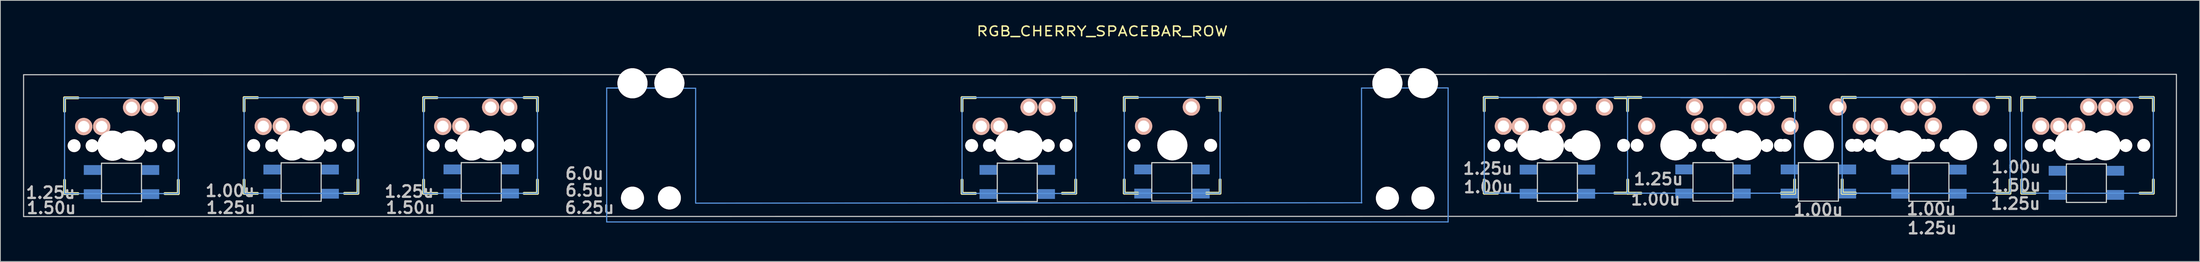
<source format=kicad_pcb>
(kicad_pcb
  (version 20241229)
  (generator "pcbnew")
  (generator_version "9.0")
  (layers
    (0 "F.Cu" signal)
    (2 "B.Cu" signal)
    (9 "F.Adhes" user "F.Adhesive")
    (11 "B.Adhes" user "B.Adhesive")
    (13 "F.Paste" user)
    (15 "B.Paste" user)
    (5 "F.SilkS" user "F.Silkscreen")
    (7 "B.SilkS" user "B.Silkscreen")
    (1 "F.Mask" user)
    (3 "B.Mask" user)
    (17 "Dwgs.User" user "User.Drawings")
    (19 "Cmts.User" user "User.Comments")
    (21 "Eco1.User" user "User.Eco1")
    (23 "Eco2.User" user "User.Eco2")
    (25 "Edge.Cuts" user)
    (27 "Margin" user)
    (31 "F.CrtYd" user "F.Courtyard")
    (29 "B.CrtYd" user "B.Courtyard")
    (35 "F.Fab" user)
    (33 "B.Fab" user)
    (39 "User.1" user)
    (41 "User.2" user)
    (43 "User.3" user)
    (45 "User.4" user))
  (footprint "RGB_CHERRY_SPACEBAR_ROW"
    (layer "F.Cu")
    (at 142.402 16.135)
    (property "Reference" "RGB_CHERRY_SPACEBAR_ROW" (at 0.655 -15.035 0) (layer "F.SilkS") (effects (font (size 1.27 1.524) (thickness 0.203))))
    (attr through_hole)
    (fp_line (start -136.895 -6.21) (end -135.117 -6.21) (stroke (width 0.381) (type solid)) (layer "F.SilkS"))
    (fp_line (start -136.895 -4.432) (end -136.895 -6.21) (stroke (width 0.381) (type solid)) (layer "F.SilkS"))
    (fp_line (start -136.895 6.49) (end -136.895 4.712) (stroke (width 0.381) (type solid)) (layer "F.SilkS"))
    (fp_line (start -135.117 6.49) (end -136.895 6.49) (stroke (width 0.381) (type solid)) (layer "F.SilkS"))
    (fp_line (start -123.593 -6.21) (end -121.815 -6.21) (stroke (width 0.381) (type solid)) (layer "F.SilkS"))
    (fp_line (start -121.815 -6.21) (end -121.815 -4.432) (stroke (width 0.381) (type solid)) (layer "F.SilkS"))
    (fp_line (start -121.815 4.712) (end -121.815 6.49) (stroke (width 0.381) (type solid)) (layer "F.SilkS"))
    (fp_line (start -121.815 6.49) (end -123.593 6.49) (stroke (width 0.381) (type solid)) (layer "F.SilkS"))
    (fp_line (start -113.095 -6.235) (end -111.317 -6.235) (stroke (width 0.381) (type solid)) (layer "F.SilkS"))
    (fp_line (start -113.095 -4.457) (end -113.095 -6.235) (stroke (width 0.381) (type solid)) (layer "F.SilkS"))
    (fp_line (start -113.095 6.465) (end -113.095 4.687) (stroke (width 0.381) (type solid)) (layer "F.SilkS"))
    (fp_line (start -111.317 6.465) (end -113.095 6.465) (stroke (width 0.381) (type solid)) (layer "F.SilkS"))
    (fp_line (start -99.783 -6.24) (end -98.005 -6.24) (stroke (width 0.381) (type solid)) (layer "F.SilkS"))
    (fp_line (start -98.005 -6.24) (end -98.005 -4.462) (stroke (width 0.381) (type solid)) (layer "F.SilkS"))
    (fp_line (start -98.005 4.682) (end -98.005 6.46) (stroke (width 0.381) (type solid)) (layer "F.SilkS"))
    (fp_line (start -98.005 6.46) (end -99.783 6.46) (stroke (width 0.381) (type solid)) (layer "F.SilkS"))
    (fp_line (start -89.295 -6.235) (end -87.517 -6.235) (stroke (width 0.381) (type solid)) (layer "F.SilkS"))
    (fp_line (start -89.295 -4.457) (end -89.295 -6.235) (stroke (width 0.381) (type solid)) (layer "F.SilkS"))
    (fp_line (start -89.295 6.465) (end -89.295 4.687) (stroke (width 0.381) (type solid)) (layer "F.SilkS"))
    (fp_line (start -87.517 6.465) (end -89.295 6.465) (stroke (width 0.381) (type solid)) (layer "F.SilkS"))
    (fp_line (start -75.983 -6.24) (end -74.205 -6.24) (stroke (width 0.381) (type solid)) (layer "F.SilkS"))
    (fp_line (start -74.205 -6.24) (end -74.205 -4.462) (stroke (width 0.381) (type solid)) (layer "F.SilkS"))
    (fp_line (start -74.205 4.682) (end -74.205 6.46) (stroke (width 0.381) (type solid)) (layer "F.SilkS"))
    (fp_line (start -74.205 6.46) (end -75.983 6.46) (stroke (width 0.381) (type solid)) (layer "F.SilkS"))
    (fp_line (start -17.92 -6.235) (end -16.142 -6.235) (stroke (width 0.381) (type solid)) (layer "F.SilkS"))
    (fp_line (start -17.92 -4.457) (end -17.92 -6.235) (stroke (width 0.381) (type solid)) (layer "F.SilkS"))
    (fp_line (start -17.92 6.465) (end -17.92 4.687) (stroke (width 0.381) (type solid)) (layer "F.SilkS"))
    (fp_line (start -16.142 6.465) (end -17.92 6.465) (stroke (width 0.381) (type solid)) (layer "F.SilkS"))
    (fp_line (start -4.628 -6.25) (end -2.85 -6.25) (stroke (width 0.381) (type solid)) (layer "F.SilkS"))
    (fp_line (start -2.85 -6.25) (end -2.85 -4.472) (stroke (width 0.381) (type solid)) (layer "F.SilkS"))
    (fp_line (start -2.85 4.672) (end -2.85 6.45) (stroke (width 0.381) (type solid)) (layer "F.SilkS"))
    (fp_line (start -2.85 6.45) (end -4.628 6.45) (stroke (width 0.381) (type solid)) (layer "F.SilkS"))
    (fp_line (start 3.585 -6.26) (end 5.363 -6.26) (stroke (width 0.381) (type solid)) (layer "F.SilkS"))
    (fp_line (start 3.585 -4.482) (end 3.585 -6.26) (stroke (width 0.381) (type solid)) (layer "F.SilkS"))
    (fp_line (start 3.585 6.44) (end 3.585 4.662) (stroke (width 0.381) (type solid)) (layer "F.SilkS"))
    (fp_line (start 5.363 6.44) (end 3.585 6.44) (stroke (width 0.381) (type solid)) (layer "F.SilkS"))
    (fp_line (start 14.507 -6.26) (end 16.285 -6.26) (stroke (width 0.381) (type solid)) (layer "F.SilkS"))
    (fp_line (start 16.285 -6.26) (end 16.285 -4.482) (stroke (width 0.381) (type solid)) (layer "F.SilkS"))
    (fp_line (start 16.285 4.662) (end 16.285 6.44) (stroke (width 0.381) (type solid)) (layer "F.SilkS"))
    (fp_line (start 16.285 6.44) (end 14.507 6.44) (stroke (width 0.381) (type solid)) (layer "F.SilkS"))
    (fp_line (start 51.305 -6.26) (end 53.083 -6.26) (stroke (width 0.381) (type solid)) (layer "F.SilkS"))
    (fp_line (start 51.305 -4.482) (end 51.305 -6.26) (stroke (width 0.381) (type solid)) (layer "F.SilkS"))
    (fp_line (start 51.305 6.44) (end 51.305 4.662) (stroke (width 0.381) (type solid)) (layer "F.SilkS"))
    (fp_line (start 53.083 6.44) (end 51.305 6.44) (stroke (width 0.381) (type solid)) (layer "F.SilkS"))
    (fp_line (start 68.625 -6.225) (end 70.403 -6.225) (stroke (width 0.381) (type solid)) (layer "F.SilkS"))
    (fp_line (start 70.305 -6.26) (end 72.083 -6.26) (stroke (width 0.381) (type solid)) (layer "F.SilkS"))
    (fp_line (start 70.305 -4.482) (end 70.305 -6.26) (stroke (width 0.381) (type solid)) (layer "F.SilkS"))
    (fp_line (start 70.325 6.45) (end 70.325 4.672) (stroke (width 0.381) (type solid)) (layer "F.SilkS"))
    (fp_line (start 70.375 6.425) (end 68.597 6.425) (stroke (width 0.381) (type solid)) (layer "F.SilkS"))
    (fp_line (start 72.083 6.44) (end 70.305 6.44) (stroke (width 0.381) (type solid)) (layer "F.SilkS"))
    (fp_line (start 90.677 -6.26) (end 92.455 -6.26) (stroke (width 0.381) (type solid)) (layer "F.SilkS"))
    (fp_line (start 90.677 -6.26) (end 92.455 -6.26) (stroke (width 0.381) (type solid)) (layer "F.SilkS"))
    (fp_line (start 92.455 -6.26) (end 92.455 -4.482) (stroke (width 0.381) (type solid)) (layer "F.SilkS"))
    (fp_line (start 92.455 -6.26) (end 92.455 -4.482) (stroke (width 0.381) (type solid)) (layer "F.SilkS"))
    (fp_line (start 92.455 4.662) (end 92.455 6.44) (stroke (width 0.381) (type solid)) (layer "F.SilkS"))
    (fp_line (start 92.455 4.662) (end 92.455 6.44) (stroke (width 0.381) (type solid)) (layer "F.SilkS"))
    (fp_line (start 92.455 6.44) (end 90.677 6.44) (stroke (width 0.381) (type solid)) (layer "F.SilkS"))
    (fp_line (start 92.455 6.44) (end 90.677 6.44) (stroke (width 0.381) (type solid)) (layer "F.SilkS"))
    (fp_line (start 98.755 -6.26) (end 100.533 -6.26) (stroke (width 0.381) (type solid)) (layer "F.SilkS"))
    (fp_line (start 98.755 -6.26) (end 100.533 -6.26) (stroke (width 0.381) (type solid)) (layer "F.SilkS"))
    (fp_line (start 98.755 -4.482) (end 98.755 -6.26) (stroke (width 0.381) (type solid)) (layer "F.SilkS"))
    (fp_line (start 98.755 -4.482) (end 98.755 -6.26) (stroke (width 0.381) (type solid)) (layer "F.SilkS"))
    (fp_line (start 98.755 6.44) (end 98.755 4.662) (stroke (width 0.381) (type solid)) (layer "F.SilkS"))
    (fp_line (start 98.755 6.44) (end 98.755 4.662) (stroke (width 0.381) (type solid)) (layer "F.SilkS"))
    (fp_line (start 100.533 6.44) (end 98.755 6.44) (stroke (width 0.381) (type solid)) (layer "F.SilkS"))
    (fp_line (start 100.533 6.44) (end 98.755 6.44) (stroke (width 0.381) (type solid)) (layer "F.SilkS"))
    (fp_line (start 119.227 -6.26) (end 121.005 -6.26) (stroke (width 0.381) (type solid)) (layer "F.SilkS"))
    (fp_line (start 121.005 -6.26) (end 121.005 -4.482) (stroke (width 0.381) (type solid)) (layer "F.SilkS"))
    (fp_line (start 121.005 4.662) (end 121.005 6.44) (stroke (width 0.381) (type solid)) (layer "F.SilkS"))
    (fp_line (start 121.005 6.44) (end 119.227 6.44) (stroke (width 0.381) (type solid)) (layer "F.SilkS"))
    (fp_line (start 122.555 -6.26) (end 124.333 -6.26) (stroke (width 0.381) (type solid)) (layer "F.SilkS"))
    (fp_line (start 122.555 -4.482) (end 122.555 -6.26) (stroke (width 0.381) (type solid)) (layer "F.SilkS"))
    (fp_line (start 122.555 6.44) (end 122.555 4.662) (stroke (width 0.381) (type solid)) (layer "F.SilkS"))
    (fp_line (start 124.333 6.44) (end 122.555 6.44) (stroke (width 0.381) (type solid)) (layer "F.SilkS"))
    (fp_line (start 138.227 -6.26) (end 140.005 -6.26) (stroke (width 0.381) (type solid)) (layer "F.SilkS"))
    (fp_line (start 140.005 -6.26) (end 140.005 -4.482) (stroke (width 0.381) (type solid)) (layer "F.SilkS"))
    (fp_line (start 140.005 4.662) (end 140.005 6.44) (stroke (width 0.381) (type solid)) (layer "F.SilkS"))
    (fp_line (start 140.005 6.44) (end 138.227 6.44) (stroke (width 0.381) (type solid)) (layer "F.SilkS"))
    (fp_line (start -142.326 9.538) (end -142.326 -9.258) (stroke (width 0.152) (type solid)) (layer "Dwgs.User"))
    (fp_line (start -142.325 -9.275) (end 143.05 -9.325) (stroke (width 0.152) (type solid)) (layer "Dwgs.User"))
    (fp_line (start 143.05 9.5) (end -142.326 9.538) (stroke (width 0.152) (type solid)) (layer "Dwgs.User"))
    (fp_line (start 143.065 -9.308) (end 143.065 9.488) (stroke (width 0.152) (type solid)) (layer "Dwgs.User"))
    (fp_line (start -136.895 6.49) (end -136.895 -6.21) (stroke (width 0.152) (type solid)) (layer "Cmts.User"))
    (fp_line (start -136.875 -6.2) (end -121.815 -6.21) (stroke (width 0.152) (type solid)) (layer "Cmts.User"))
    (fp_line (start -121.815 -6.21) (end -121.815 6.49) (stroke (width 0.152) (type solid)) (layer "Cmts.User"))
    (fp_line (start -121.815 6.49) (end -136.9 6.5) (stroke (width 0.152) (type solid)) (layer "Cmts.User"))
    (fp_line (start -113.1 -6.225) (end -98.005 -6.24) (stroke (width 0.152) (type solid)) (layer "Cmts.User"))
    (fp_line (start -113.095 6.465) (end -113.095 -6.235) (stroke (width 0.152) (type solid)) (layer "Cmts.User"))
    (fp_line (start -98.005 -6.24) (end -98.005 6.46) (stroke (width 0.152) (type solid)) (layer "Cmts.User"))
    (fp_line (start -98.005 6.46) (end -113.075 6.475) (stroke (width 0.152) (type solid)) (layer "Cmts.User"))
    (fp_line (start -89.3 -6.225) (end -74.205 -6.24) (stroke (width 0.152) (type solid)) (layer "Cmts.User"))
    (fp_line (start -89.295 6.465) (end -89.295 -6.235) (stroke (width 0.152) (type solid)) (layer "Cmts.User"))
    (fp_line (start -74.205 -6.24) (end -74.205 6.46) (stroke (width 0.152) (type solid)) (layer "Cmts.User"))
    (fp_line (start -74.205 6.46) (end -89.275 6.475) (stroke (width 0.152) (type solid)) (layer "Cmts.User"))
    (fp_line (start -65.025 -7.525) (end -65.025 10.255) (stroke (width 0.152) (type solid)) (layer "Cmts.User"))
    (fp_line (start -65.025 10.255) (end 46.525 10.25) (stroke (width 0.152) (type solid)) (layer "Cmts.User"))
    (fp_line (start -58.179 -7.505) (end -65.037 -7.505) (stroke (width 0.152) (type solid)) (layer "Cmts.User"))
    (fp_line (start -58.059 -7.52) (end -64.917 -7.52) (stroke (width 0.152) (type solid)) (layer "Cmts.User"))
    (fp_line (start -53.235 -7.479) (end -60.093 -7.479) (stroke (width 0.152) (type solid)) (layer "Cmts.User"))
    (fp_line (start -53.235 7.761) (end -53.235 -7.479) (stroke (width 0.152) (type solid)) (layer "Cmts.User"))
    (fp_line (start -17.925 -6.25) (end -2.85 -6.25) (stroke (width 0.152) (type solid)) (layer "Cmts.User"))
    (fp_line (start -17.92 6.465) (end -17.92 -6.235) (stroke (width 0.152) (type solid)) (layer "Cmts.User"))
    (fp_line (start -2.85 -6.25) (end -2.85 6.45) (stroke (width 0.152) (type solid)) (layer "Cmts.User"))
    (fp_line (start -2.85 6.475) (end -17.92 6.465) (stroke (width 0.152) (type solid)) (layer "Cmts.User"))
    (fp_line (start 3.585 -6.26) (end 16.285 -6.26) (stroke (width 0.152) (type solid)) (layer "Cmts.User"))
    (fp_line (start 3.585 6.44) (end 3.585 -6.26) (stroke (width 0.152) (type solid)) (layer "Cmts.User"))
    (fp_line (start 16.285 -6.26) (end 16.285 6.44) (stroke (width 0.152) (type solid)) (layer "Cmts.User"))
    (fp_line (start 16.285 6.44) (end 3.585 6.44) (stroke (width 0.152) (type solid)) (layer "Cmts.User"))
    (fp_line (start 35.039 -7.505) (end 35.039 7.735) (stroke (width 0.152) (type solid)) (layer "Cmts.User"))
    (fp_line (start 35.081 7.71) (end -53.21 7.761) (stroke (width 0.152) (type solid)) (layer "Cmts.User"))
    (fp_line (start 46.517 10.26) (end 46.517 -7.52) (stroke (width 0.152) (type solid)) (layer "Cmts.User"))
    (fp_line (start 46.525 -7.525) (end 35.039 -7.505) (stroke (width 0.152) (type solid)) (layer "Cmts.User"))
    (fp_line (start 51.305 -6.26) (end 64.005 -6.26) (stroke (width 0.152) (type solid)) (layer "Cmts.User"))
    (fp_line (start 51.305 6.44) (end 51.305 -6.26) (stroke (width 0.152) (type solid)) (layer "Cmts.User"))
    (fp_line (start 53.53 -6.235) (end 66.23 -6.235) (stroke (width 0.152) (type solid)) (layer "Cmts.User"))
    (fp_line (start 58.355 -6.26) (end 71.055 -6.26) (stroke (width 0.152) (type solid)) (layer "Cmts.User"))
    (fp_line (start 58.355 -6.26) (end 71.055 -6.26) (stroke (width 0.152) (type solid)) (layer "Cmts.User"))
    (fp_line (start 64.005 6.44) (end 51.305 6.44) (stroke (width 0.152) (type solid)) (layer "Cmts.User"))
    (fp_line (start 66.23 6.465) (end 53.53 6.465) (stroke (width 0.152) (type solid)) (layer "Cmts.User"))
    (fp_line (start 70.305 -6.26) (end 83.005 -6.26) (stroke (width 0.152) (type solid)) (layer "Cmts.User"))
    (fp_line (start 70.305 6.44) (end 70.305 -6.26) (stroke (width 0.152) (type solid)) (layer "Cmts.User"))
    (fp_line (start 71.055 6.44) (end 58.355 6.44) (stroke (width 0.152) (type solid)) (layer "Cmts.User"))
    (fp_line (start 71.055 6.44) (end 58.355 6.44) (stroke (width 0.152) (type solid)) (layer "Cmts.User"))
    (fp_line (start 77.33 -6.235) (end 90.03 -6.235) (stroke (width 0.152) (type solid)) (layer "Cmts.User"))
    (fp_line (start 79.755 -6.26) (end 92.455 -6.26) (stroke (width 0.152) (type solid)) (layer "Cmts.User"))
    (fp_line (start 79.755 -6.26) (end 92.455 -6.26) (stroke (width 0.152) (type solid)) (layer "Cmts.User"))
    (fp_line (start 83.005 6.44) (end 70.305 6.44) (stroke (width 0.152) (type solid)) (layer "Cmts.User"))
    (fp_line (start 92.455 -6.26) (end 92.455 6.44) (stroke (width 0.152) (type solid)) (layer "Cmts.User"))
    (fp_line (start 92.455 -6.26) (end 92.455 6.44) (stroke (width 0.152) (type solid)) (layer "Cmts.User"))
    (fp_line (start 92.455 6.44) (end 79.755 6.44) (stroke (width 0.152) (type solid)) (layer "Cmts.User"))
    (fp_line (start 92.455 6.44) (end 79.755 6.44) (stroke (width 0.152) (type solid)) (layer "Cmts.User"))
    (fp_line (start 98.755 -6.26) (end 111.455 -6.26) (stroke (width 0.152) (type solid)) (layer "Cmts.User"))
    (fp_line (start 98.755 -6.26) (end 111.455 -6.26) (stroke (width 0.152) (type solid)) (layer "Cmts.User"))
    (fp_line (start 98.755 6.44) (end 98.755 -6.26) (stroke (width 0.152) (type solid)) (layer "Cmts.User"))
    (fp_line (start 98.755 6.44) (end 98.755 -6.26) (stroke (width 0.152) (type solid)) (layer "Cmts.User"))
    (fp_line (start 108.305 -6.26) (end 121.005 -6.26) (stroke (width 0.152) (type solid)) (layer "Cmts.User"))
    (fp_line (start 111.455 6.44) (end 98.755 6.44) (stroke (width 0.152) (type solid)) (layer "Cmts.User"))
    (fp_line (start 111.455 6.44) (end 98.755 6.44) (stroke (width 0.152) (type solid)) (layer "Cmts.User"))
    (fp_line (start 113.83 6.465) (end 101.13 6.465) (stroke (width 0.152) (type solid)) (layer "Cmts.User"))
    (fp_line (start 121.005 -6.26) (end 121.005 6.44) (stroke (width 0.152) (type solid)) (layer "Cmts.User"))
    (fp_line (start 121.005 6.44) (end 108.305 6.44) (stroke (width 0.152) (type solid)) (layer "Cmts.User"))
    (fp_line (start 122.555 -6.26) (end 140 -6.275) (stroke (width 0.152) (type solid)) (layer "Cmts.User"))
    (fp_line (start 122.555 6.44) (end 122.555 -6.26) (stroke (width 0.152) (type solid)) (layer "Cmts.User"))
    (fp_line (start 140 6.45) (end 122.555 6.44) (stroke (width 0.152) (type solid)) (layer "Cmts.User"))
    (fp_line (start 140.005 -6.26) (end 140.005 6.44) (stroke (width 0.152) (type solid)) (layer "Cmts.User"))
    (fp_line (start -137.53 -6.845) (end -123.56 -6.845) (stroke (width 0.152) (type solid)) (layer "Eco2.User"))
    (fp_line (start -137.53 7.125) (end -137.53 -6.845) (stroke (width 0.152) (type solid)) (layer "Eco2.User"))
    (fp_line (start -135.15 -6.845) (end -121.18 -6.845) (stroke (width 0.152) (type solid)) (layer "Eco2.User"))
    (fp_line (start -123.56 7.125) (end -137.53 7.125) (stroke (width 0.152) (type solid)) (layer "Eco2.User"))
    (fp_line (start -121.18 -6.845) (end -121.18 7.125) (stroke (width 0.152) (type solid)) (layer "Eco2.User"))
    (fp_line (start -121.18 7.125) (end -135.15 7.125) (stroke (width 0.152) (type solid)) (layer "Eco2.User"))
    (fp_line (start -113.73 7.1) (end -113.73 -6.87) (stroke (width 0.152) (type solid)) (layer "Eco2.User"))
    (fp_line (start -113.725 -6.875) (end -97.37 -6.875) (stroke (width 0.152) (type solid)) (layer "Eco2.User"))
    (fp_line (start -97.37 -6.875) (end -97.37 7.095) (stroke (width 0.152) (type solid)) (layer "Eco2.User"))
    (fp_line (start -97.37 7.095) (end -113.725 7.1) (stroke (width 0.152) (type solid)) (layer "Eco2.User"))
    (fp_line (start -89.93 7.1) (end -89.93 -6.87) (stroke (width 0.152) (type solid)) (layer "Eco2.User"))
    (fp_line (start -89.925 -6.875) (end -73.57 -6.875) (stroke (width 0.152) (type solid)) (layer "Eco2.User"))
    (fp_line (start -73.57 -6.875) (end -73.57 7.095) (stroke (width 0.152) (type solid)) (layer "Eco2.User"))
    (fp_line (start -73.57 7.095) (end -89.925 7.1) (stroke (width 0.152) (type solid)) (layer "Eco2.User"))
    (fp_line (start -65.799 -2.171) (end -64.935 -2.171) (stroke (width 0.152) (type solid)) (layer "Eco2.User"))
    (fp_line (start -65.799 0.623) (end -65.799 -2.171) (stroke (width 0.152) (type solid)) (layer "Eco2.User"))
    (fp_line (start -64.935 -5.575) (end -53.35 -5.55) (stroke (width 0.152) (type solid)) (layer "Eco2.User"))
    (fp_line (start -64.935 -2.171) (end -64.935 -5.575) (stroke (width 0.152) (type solid)) (layer "Eco2.User"))
    (fp_line (start -64.935 0.623) (end -65.799 0.623) (stroke (width 0.152) (type solid)) (layer "Eco2.User"))
    (fp_line (start -64.935 6.719) (end -64.935 0.623) (stroke (width 0.152) (type solid)) (layer "Eco2.User"))
    (fp_line (start -63.894 6.719) (end -64.935 6.719) (stroke (width 0.152) (type solid)) (layer "Eco2.User"))
    (fp_line (start -63.894 7.887) (end -63.894 6.719) (stroke (width 0.152) (type solid)) (layer "Eco2.User"))
    (fp_line (start -54.378 6.745) (end -54.378 7.913) (stroke (width 0.152) (type solid)) (layer "Eco2.User"))
    (fp_line (start -54.375 7.875) (end -63.9 7.875) (stroke (width 0.152) (type solid)) (layer "Eco2.User"))
    (fp_line (start -53.35 -2.15) (end -18.55 -2.175) (stroke (width 0.152) (type solid)) (layer "Eco2.User"))
    (fp_line (start -53.337 -5.549) (end -53.337 -2.145) (stroke (width 0.152) (type solid)) (layer "Eco2.User"))
    (fp_line (start -53.337 2.427) (end -53.337 6.745) (stroke (width 0.152) (type solid)) (layer "Eco2.User"))
    (fp_line (start -53.337 6.745) (end -54.378 6.745) (stroke (width 0.152) (type solid)) (layer "Eco2.User"))
    (fp_line (start -18.555 -6.87) (end -2.225 -6.875) (stroke (width 0.152) (type solid)) (layer "Eco2.User"))
    (fp_line (start -18.555 -2.171) (end -18.555 -6.87) (stroke (width 0.152) (type solid)) (layer "Eco2.User"))
    (fp_line (start -16.185 7.085) (end -16.185 2.386) (stroke (width 0.152) (type solid)) (layer "Eco2.User"))
    (fp_line (start -16.175 2.4) (end -53.362 2.376) (stroke (width 0.152) (type solid)) (layer "Eco2.User"))
    (fp_line (start -2.225 7.1) (end -16.2 7.125) (stroke (width 0.152) (type solid)) (layer "Eco2.User"))
    (fp_line (start -2.215 -6.885) (end -2.215 -2.186) (stroke (width 0.152) (type solid)) (layer "Eco2.User"))
    (fp_line (start -2.215 2.386) (end -2.215 7.085) (stroke (width 0.152) (type solid)) (layer "Eco2.User"))
    (fp_line (start -2.2 -2.2) (end 2.95 -2.2) (stroke (width 0.152) (type solid)) (layer "Eco2.User"))
    (fp_line (start 2.95 -6.895) (end 16.92 -6.895) (stroke (width 0.152) (type solid)) (layer "Eco2.User"))
    (fp_line (start 2.95 -2.196) (end 2.95 -6.895) (stroke (width 0.152) (type solid)) (layer "Eco2.User"))
    (fp_line (start 2.95 2.375) (end -2.215 2.386) (stroke (width 0.152) (type solid)) (layer "Eco2.User"))
    (fp_line (start 2.95 7.075) (end 2.95 2.376) (stroke (width 0.152) (type solid)) (layer "Eco2.User"))
    (fp_line (start 16.92 -6.895) (end 16.92 -2.196) (stroke (width 0.152) (type solid)) (layer "Eco2.User"))
    (fp_line (start 16.92 2.376) (end 16.92 7.075) (stroke (width 0.152) (type solid)) (layer "Eco2.User"))
    (fp_line (start 16.92 7.075) (end 2.95 7.075) (stroke (width 0.152) (type solid)) (layer "Eco2.User"))
    (fp_line (start 16.935 -2.21) (end 35.233 -2.196) (stroke (width 0.152) (type solid)) (layer "Eco2.User"))
    (fp_line (start 35.141 -2.171) (end 35.141 -5.575) (stroke (width 0.152) (type solid)) (layer "Eco2.User"))
    (fp_line (start 35.141 6.719) (end 35.141 2.401) (stroke (width 0.152) (type solid)) (layer "Eco2.User"))
    (fp_line (start 35.182 2.376) (end 16.935 2.39) (stroke (width 0.152) (type solid)) (layer "Eco2.User"))
    (fp_line (start 35.208 -2.298) (end 35.208 -5.701) (stroke (width 0.152) (type solid)) (layer "Eco2.User"))
    (fp_line (start 35.22 -5.7) (end 46.425 -5.7) (stroke (width 0.152) (type solid)) (layer "Eco2.User"))
    (fp_line (start 36.182 6.719) (end 35.141 6.719) (stroke (width 0.152) (type solid)) (layer "Eco2.User"))
    (fp_line (start 36.182 7.887) (end 36.182 6.719) (stroke (width 0.152) (type solid)) (layer "Eco2.User"))
    (fp_line (start 40.754 7.887) (end 36.182 7.887) (stroke (width 0.152) (type solid)) (layer "Eco2.User"))
    (fp_line (start 45.374 6.704) (end 45.374 7.872) (stroke (width 0.152) (type solid)) (layer "Eco2.User"))
    (fp_line (start 45.374 7.872) (end 40.802 7.872) (stroke (width 0.152) (type solid)) (layer "Eco2.User"))
    (fp_line (start 46.415 -5.59) (end 46.415 -2.186) (stroke (width 0.152) (type solid)) (layer "Eco2.User"))
    (fp_line (start 46.415 -2.186) (end 47.279 -2.186) (stroke (width 0.152) (type solid)) (layer "Eco2.User"))
    (fp_line (start 46.415 0.608) (end 46.415 6.704) (stroke (width 0.152) (type solid)) (layer "Eco2.User"))
    (fp_line (start 46.415 6.704) (end 45.374 6.704) (stroke (width 0.152) (type solid)) (layer "Eco2.User"))
    (fp_line (start 47.279 -2.186) (end 47.279 0.608) (stroke (width 0.152) (type solid)) (layer "Eco2.User"))
    (fp_line (start 47.279 0.608) (end 46.415 0.608) (stroke (width 0.152) (type solid)) (layer "Eco2.User"))
    (fp_line (start 50.67 7.075) (end 50.67 -6.895) (stroke (width 0.152) (type solid)) (layer "Eco2.User"))
    (fp_line (start 50.675 -6.9) (end 140.625 -6.9) (stroke (width 0.152) (type solid)) (layer "Eco2.User"))
    (fp_line (start 140.625 7.075) (end 50.675 7.075) (stroke (width 0.152) (type solid)) (layer "Eco2.User"))
    (fp_line (start 140.64 -6.895) (end 140.64 7.075) (stroke (width 0.152) (type solid)) (layer "Eco2.User"))
    (fp_line (start -131.995 2.465) (end -131.995 7.565) (stroke (width 0.15) (type solid)) (layer "Edge.Cuts"))
    (fp_line (start -131.995 2.465) (end -126.695 2.465) (stroke (width 0.15) (type solid)) (layer "Edge.Cuts"))
    (fp_line (start -126.695 2.465) (end -126.695 7.565) (stroke (width 0.15) (type solid)) (layer "Edge.Cuts"))
    (fp_line (start -126.695 7.565) (end -131.995 7.565) (stroke (width 0.15) (type solid)) (layer "Edge.Cuts"))
    (fp_line (start -108.18 2.41) (end -108.18 7.51) (stroke (width 0.15) (type solid)) (layer "Edge.Cuts"))
    (fp_line (start -108.18 2.41) (end -102.88 2.41) (stroke (width 0.15) (type solid)) (layer "Edge.Cuts"))
    (fp_line (start -102.88 2.41) (end -102.88 7.51) (stroke (width 0.15) (type solid)) (layer "Edge.Cuts"))
    (fp_line (start -102.88 7.51) (end -108.18 7.51) (stroke (width 0.15) (type solid)) (layer "Edge.Cuts"))
    (fp_line (start -84.305 2.385) (end -84.305 7.485) (stroke (width 0.15) (type solid)) (layer "Edge.Cuts"))
    (fp_line (start -84.305 2.385) (end -79.005 2.385) (stroke (width 0.15) (type solid)) (layer "Edge.Cuts"))
    (fp_line (start -79.005 2.385) (end -79.005 7.485) (stroke (width 0.15) (type solid)) (layer "Edge.Cuts"))
    (fp_line (start -79.005 7.485) (end -84.305 7.485) (stroke (width 0.15) (type solid)) (layer "Edge.Cuts"))
    (fp_line (start -13.25 2.45) (end -13.25 7.55) (stroke (width 0.15) (type solid)) (layer "Edge.Cuts"))
    (fp_line (start -13.25 2.45) (end -7.95 2.45) (stroke (width 0.15) (type solid)) (layer "Edge.Cuts"))
    (fp_line (start -7.95 2.45) (end -7.95 7.55) (stroke (width 0.15) (type solid)) (layer "Edge.Cuts"))
    (fp_line (start -7.95 7.55) (end -13.25 7.55) (stroke (width 0.15) (type solid)) (layer "Edge.Cuts"))
    (fp_line (start 7.235 2.39) (end 7.235 7.49) (stroke (width 0.15) (type solid)) (layer "Edge.Cuts"))
    (fp_line (start 7.235 2.39) (end 12.535 2.39) (stroke (width 0.15) (type solid)) (layer "Edge.Cuts"))
    (fp_line (start 12.535 2.39) (end 12.535 7.49) (stroke (width 0.15) (type solid)) (layer "Edge.Cuts"))
    (fp_line (start 12.535 7.49) (end 7.235 7.49) (stroke (width 0.15) (type solid)) (layer "Edge.Cuts"))
    (fp_line (start 58.355 2.415) (end 58.355 7.515) (stroke (width 0.15) (type solid)) (layer "Edge.Cuts"))
    (fp_line (start 58.355 2.415) (end 63.655 2.415) (stroke (width 0.15) (type solid)) (layer "Edge.Cuts"))
    (fp_line (start 63.655 2.415) (end 63.655 7.515) (stroke (width 0.15) (type solid)) (layer "Edge.Cuts"))
    (fp_line (start 63.655 7.515) (end 58.355 7.515) (stroke (width 0.15) (type solid)) (layer "Edge.Cuts"))
    (fp_line (start 78.98 2.39) (end 78.98 7.49) (stroke (width 0.15) (type solid)) (layer "Edge.Cuts"))
    (fp_line (start 78.98 2.39) (end 84.28 2.39) (stroke (width 0.15) (type solid)) (layer "Edge.Cuts"))
    (fp_line (start 84.28 2.39) (end 84.28 7.49) (stroke (width 0.15) (type solid)) (layer "Edge.Cuts"))
    (fp_line (start 84.28 7.49) (end 78.98 7.49) (stroke (width 0.15) (type solid)) (layer "Edge.Cuts"))
    (fp_line (start 92.955 2.39) (end 92.955 7.49) (stroke (width 0.15) (type solid)) (layer "Edge.Cuts"))
    (fp_line (start 92.955 2.39) (end 98.255 2.39) (stroke (width 0.15) (type solid)) (layer "Edge.Cuts"))
    (fp_line (start 98.255 2.39) (end 98.255 7.49) (stroke (width 0.15) (type solid)) (layer "Edge.Cuts"))
    (fp_line (start 98.255 7.49) (end 92.955 7.49) (stroke (width 0.15) (type solid)) (layer "Edge.Cuts"))
    (fp_line (start 107.605 2.415) (end 107.605 7.515) (stroke (width 0.15) (type solid)) (layer "Edge.Cuts"))
    (fp_line (start 107.605 2.415) (end 112.905 2.415) (stroke (width 0.15) (type solid)) (layer "Edge.Cuts"))
    (fp_line (start 112.905 2.415) (end 112.905 7.515) (stroke (width 0.15) (type solid)) (layer "Edge.Cuts"))
    (fp_line (start 112.905 7.515) (end 107.605 7.515) (stroke (width 0.15) (type solid)) (layer "Edge.Cuts"))
    (fp_line (start 128.48 2.565) (end 128.48 7.665) (stroke (width 0.15) (type solid)) (layer "Edge.Cuts"))
    (fp_line (start 128.48 2.565) (end 133.78 2.565) (stroke (width 0.15) (type solid)) (layer "Edge.Cuts"))
    (fp_line (start 133.78 2.565) (end 133.78 7.665) (stroke (width 0.15) (type solid)) (layer "Edge.Cuts"))
    (fp_line (start 133.78 7.665) (end 128.48 7.665) (stroke (width 0.15) (type solid)) (layer "Edge.Cuts"))
    (fp_text user "1.50u" (at -91.032 8.365 0) (layer "Dwgs.User") (effects (font (size 1.524 1.524) (thickness 0.305))))
    (fp_text user "1.25u" (at 74.4 4.575 0) (layer "Dwgs.User") (effects (font (size 1.524 1.524) (thickness 0.305))))
    (fp_text user "1.25u" (at 110.675 11.075 0) (layer "Dwgs.User") (effects (font (size 1.524 1.524) (thickness 0.305))))
    (fp_text user "6.5u" (at -67.975 6.075 0) (layer "Dwgs.User") (effects (font (size 1.524 1.524) (thickness 0.305))))
    (fp_text user "1.25u" (at -91.2 6.225 0) (layer "Dwgs.User") (effects (font (size 1.524 1.524) (thickness 0.305))))
    (fp_text user "1.00u" (at 121.825 2.975 0) (layer "Dwgs.User") (effects (font (size 1.524 1.524) (thickness 0.305))))
    (fp_text user "1.00u" (at -114.95 6.125 0) (layer "Dwgs.User") (effects (font (size 1.524 1.524) (thickness 0.305))))
    (fp_text user "1.00u" (at 51.85 5.625 0) (layer "Dwgs.User") (effects (font (size 1.524 1.524) (thickness 0.305))))
    (fp_text user "1.50u" (at 121.825 5.4 0) (layer "Dwgs.User") (effects (font (size 1.524 1.524) (thickness 0.305))))
    (fp_text user "1.25u" (at 51.775 3.175 0) (layer "Dwgs.User") (effects (font (size 1.524 1.524) (thickness 0.305))))
    (fp_text user "6.0u" (at -67.975 3.85 0) (layer "Dwgs.User") (effects (font (size 1.524 1.524) (thickness 0.305))))
    (fp_text user "1.25u" (at 121.75 7.825 0) (layer "Dwgs.User") (effects (font (size 1.524 1.524) (thickness 0.305))))
    (fp_text user "1.00u" (at 95.6 8.65 0) (layer "Dwgs.User") (effects (font (size 1.524 1.524) (thickness 0.305))))
    (fp_text user "6.25u" (at -67.293 8.37 0) (layer "Dwgs.User") (effects (font (size 1.524 1.524) (thickness 0.305))))
    (fp_text user "1.50u" (at -138.643 8.395 0) (layer "Dwgs.User") (effects (font (size 1.524 1.524) (thickness 0.305))))
    (fp_text user "1.25u" (at -114.843 8.37 0) (layer "Dwgs.User") (effects (font (size 1.524 1.524) (thickness 0.305))))
    (fp_text user "1.25u" (at -138.75 6.375 0) (layer "Dwgs.User") (effects (font (size 1.524 1.524) (thickness 0.305))))
    (fp_text user "1.00u" (at 74.025 7.25 0) (layer "Dwgs.User") (effects (font (size 1.524 1.524) (thickness 0.305))))
    (fp_text user "1.00u" (at 110.575 8.55 0) (layer "Dwgs.User") (effects (font (size 1.524 1.524) (thickness 0.305))))
    (pad "" np_thru_hole circle (at -135.625 0.14) (size 1.702 1.702) (drill 1.702) (layers "*.Cu" "*.SilkS" "*.Mask"))
    (pad "" np_thru_hole circle (at -133.245 0.14) (size 1.702 1.702) (drill 1.702) (layers "*.Cu" "*.SilkS" "*.Mask"))
    (pad "" np_thru_hole circle (at -130.545 0.14) (size 3.988 3.988) (drill 3.988) (layers "*.Cu" "*.SilkS" "*.Mask"))
    (pad "" np_thru_hole circle (at -128.165 0.14) (size 3.988 3.988) (drill 3.988) (layers "*.Cu" "*.SilkS" "*.Mask"))
    (pad "" np_thru_hole circle (at -125.465 0.14) (size 1.702 1.702) (drill 1.702) (layers "*.Cu" "*.SilkS" "*.Mask"))
    (pad "" np_thru_hole circle (at -123.085 0.14) (size 1.702 1.702) (drill 1.702) (layers "*.Cu" "*.SilkS" "*.Mask"))
    (pad "" np_thru_hole circle (at -111.825 0.115) (size 1.702 1.702) (drill 1.702) (layers "*.Cu" "*.SilkS" "*.Mask"))
    (pad "" np_thru_hole circle (at -109.435 0.11) (size 1.702 1.702) (drill 1.702) (layers "*.Cu" "*.SilkS" "*.Mask"))
    (pad "" np_thru_hole circle (at -106.745 0.115) (size 3.988 3.988) (drill 3.988) (layers "*.Cu" "*.SilkS" "*.Mask"))
    (pad "" np_thru_hole circle (at -104.355 0.11) (size 3.988 3.988) (drill 3.988) (layers "*.Cu" "*.SilkS" "*.Mask"))
    (pad "" np_thru_hole circle (at -101.665 0.115) (size 1.702 1.702) (drill 1.702) (layers "*.Cu" "*.SilkS" "*.Mask"))
    (pad "" np_thru_hole circle (at -99.275 0.11) (size 1.702 1.702) (drill 1.702) (layers "*.Cu" "*.SilkS" "*.Mask"))
    (pad "" np_thru_hole circle (at -88.025 0.115) (size 1.702 1.702) (drill 1.702) (layers "*.Cu" "*.SilkS" "*.Mask"))
    (pad "" np_thru_hole circle (at -85.635 0.11) (size 1.702 1.702) (drill 1.702) (layers "*.Cu" "*.SilkS" "*.Mask"))
    (pad "" np_thru_hole circle (at -82.945 0.115) (size 3.988 3.988) (drill 3.988) (layers "*.Cu" "*.SilkS" "*.Mask"))
    (pad "" np_thru_hole circle (at -80.555 0.11) (size 3.988 3.988) (drill 3.988) (layers "*.Cu" "*.SilkS" "*.Mask"))
    (pad "" np_thru_hole circle (at -77.865 0.115) (size 1.702 1.702) (drill 1.702) (layers "*.Cu" "*.SilkS" "*.Mask"))
    (pad "" np_thru_hole circle (at -75.475 0.11) (size 1.702 1.702) (drill 1.702) (layers "*.Cu" "*.SilkS" "*.Mask"))
    (pad "" np_thru_hole circle (at -61.608 -8.14) (size 3.988 3.988) (drill 3.988) (layers "*.Cu" "*.SilkS" "*.Mask"))
    (pad "" np_thru_hole circle (at -61.608 7.1) (size 3.048 3.048) (drill 3.048) (layers "*.Cu" "*.SilkS" "*.Mask"))
    (pad "" np_thru_hole circle (at -56.715 -8.165) (size 3.988 3.988) (drill 3.988) (layers "*.Cu" "*.SilkS" "*.Mask"))
    (pad "" np_thru_hole circle (at -56.715 7.07) (size 3.048 3.048) (drill 3.048) (layers "*.Cu" "*.SilkS" "*.Mask"))
    (pad "" np_thru_hole circle (at -16.65 0.115) (size 1.702 1.702) (drill 1.702) (layers "*.Cu" "*.SilkS" "*.Mask"))
    (pad "" np_thru_hole circle (at -14.28 0.1) (size 1.702 1.702) (drill 1.702) (layers "*.Cu" "*.SilkS" "*.Mask"))
    (pad "" np_thru_hole circle (at -11.57 0.115) (size 3.988 3.988) (drill 3.988) (layers "*.Cu" "*.SilkS" "*.Mask"))
    (pad "" np_thru_hole circle (at -9.2 0.1) (size 3.988 3.988) (drill 3.988) (layers "*.Cu" "*.SilkS" "*.Mask"))
    (pad "" np_thru_hole circle (at -6.49 0.115) (size 1.702 1.702) (drill 1.702) (layers "*.Cu" "*.SilkS" "*.Mask"))
    (pad "" np_thru_hole circle (at -4.12 0.1) (size 1.702 1.702) (drill 1.702) (layers "*.Cu" "*.SilkS" "*.Mask"))
    (pad "" np_thru_hole circle (at 4.88 0.09) (size 1.702 1.702) (drill 1.702) (layers "*.Cu" "*.SilkS" "*.Mask"))
    (pad "" np_thru_hole circle (at 9.96 0.09) (size 3.988 3.988) (drill 3.988) (layers "*.Cu" "*.SilkS" "*.Mask"))
    (pad "" np_thru_hole circle (at 15.04 0.09) (size 1.702 1.702) (drill 1.702) (layers "*.Cu" "*.SilkS" "*.Mask"))
    (pad "" np_thru_hole circle (at 38.468 -8.14) (size 3.988 3.988) (drill 3.988) (layers "*.Cu" "*.SilkS" "*.Mask"))
    (pad "" np_thru_hole circle (at 38.468 7.1) (size 3.048 3.048) (drill 3.048) (layers "*.Cu" "*.SilkS" "*.Mask"))
    (pad "" np_thru_hole circle (at 43.18 -8.155) (size 3.988 3.988) (drill 3.988) (layers "*.Cu" "*.SilkS" "*.Mask"))
    (pad "" np_thru_hole circle (at 43.18 7.085) (size 3.048 3.048) (drill 3.048) (layers "*.Cu" "*.SilkS" "*.Mask"))
    (pad "" np_thru_hole circle (at 52.575 0.09) (size 1.702 1.702) (drill 1.702) (layers "*.Cu" "*.SilkS" "*.Mask"))
    (pad "" np_thru_hole circle (at 54.8 0.115) (size 1.702 1.702) (drill 1.702) (layers "*.Cu" "*.SilkS" "*.Mask"))
    (pad "" np_thru_hole circle (at 57.655 0.09) (size 3.988 3.988) (drill 3.988) (layers "*.Cu" "*.SilkS" "*.Mask"))
    (pad "" np_thru_hole circle (at 59.88 0.115) (size 3.988 3.988) (drill 3.988) (layers "*.Cu" "*.SilkS" "*.Mask"))
    (pad "" np_thru_hole circle (at 62.735 0.09) (size 1.702 1.702) (drill 1.702) (layers "*.Cu" "*.SilkS" "*.Mask"))
    (pad "" np_thru_hole circle (at 64.705 0.09) (size 3.988 3.988) (drill 3.988) (layers "*.Cu" "*.SilkS" "*.Mask"))
    (pad "" np_thru_hole circle (at 69.785 0.09) (size 1.702 1.702) (drill 1.702) (layers "*.Cu" "*.SilkS" "*.Mask"))
    (pad "" np_thru_hole circle (at 71.575 0.09) (size 1.702 1.702) (drill 1.702) (layers "*.Cu" "*.SilkS" "*.Mask"))
    (pad "" np_thru_hole circle (at 76.655 0.09) (size 3.988 3.988) (drill 3.988) (layers "*.Cu" "*.SilkS" "*.Mask"))
    (pad "" np_thru_hole circle (at 78.6 0.115) (size 1.702 1.702) (drill 1.702) (layers "*.Cu" "*.SilkS" "*.Mask"))
    (pad "" np_thru_hole circle (at 81.025 0.09) (size 1.702 1.702) (drill 1.702) (layers "*.Cu" "*.SilkS" "*.Mask"))
    (pad "" np_thru_hole circle (at 81.735 0.09) (size 1.702 1.702) (drill 1.702) (layers "*.Cu" "*.SilkS" "*.Mask"))
    (pad "" np_thru_hole circle (at 83.68 0.115) (size 3.988 3.988) (drill 3.988) (layers "*.Cu" "*.SilkS" "*.Mask"))
    (pad "" np_thru_hole circle (at 86.105 0.09) (size 3.988 3.988) (drill 3.988) (layers "*.Cu" "*.SilkS" "*.Mask"))
    (pad "" np_thru_hole circle (at 88.76 0.115) (size 1.702 1.702) (drill 1.702) (layers "*.Cu" "*.SilkS" "*.Mask"))
    (pad "" np_thru_hole circle (at 90.575 0.09) (size 1.702 1.702) (drill 1.702) (layers "*.Cu" "*.SilkS" "*.Mask"))
    (pad "" np_thru_hole circle (at 91.185 0.09) (size 1.702 1.702) (drill 1.702) (layers "*.Cu" "*.SilkS" "*.Mask"))
    (pad "" np_thru_hole circle (at 95.655 0.09) (size 3.988 3.988) (drill 3.988) (layers "*.Cu" "*.SilkS" "*.Mask"))
    (pad "" np_thru_hole circle (at 100.025 0.09) (size 1.702 1.702) (drill 1.702) (layers "*.Cu" "*.SilkS" "*.Mask"))
    (pad "" np_thru_hole circle (at 100.735 0.09) (size 1.702 1.702) (drill 1.702) (layers "*.Cu" "*.SilkS" "*.Mask"))
    (pad "" np_thru_hole circle (at 102.4 0.115) (size 1.702 1.702) (drill 1.702) (layers "*.Cu" "*.SilkS" "*.Mask"))
    (pad "" np_thru_hole circle (at 105.105 0.09) (size 3.988 3.988) (drill 3.988) (layers "*.Cu" "*.SilkS" "*.Mask"))
    (pad "" np_thru_hole circle (at 107.48 0.115) (size 3.988 3.988) (drill 3.988) (layers "*.Cu" "*.SilkS" "*.Mask"))
    (pad "" np_thru_hole circle (at 109.575 0.09) (size 1.702 1.702) (drill 1.702) (layers "*.Cu" "*.SilkS" "*.Mask"))
    (pad "" np_thru_hole circle (at 110.185 0.09) (size 1.702 1.702) (drill 1.702) (layers "*.Cu" "*.SilkS" "*.Mask"))
    (pad "" np_thru_hole circle (at 112.56 0.115) (size 1.702 1.702) (drill 1.702) (layers "*.Cu" "*.SilkS" "*.Mask"))
    (pad "" np_thru_hole circle (at 114.655 0.09) (size 3.988 3.988) (drill 3.988) (layers "*.Cu" "*.SilkS" "*.Mask"))
    (pad "" np_thru_hole circle (at 119.735 0.09) (size 1.702 1.702) (drill 1.702) (layers "*.Cu" "*.SilkS" "*.Mask"))
    (pad "" np_thru_hole circle (at 123.825 0.09) (size 1.702 1.702) (drill 1.702) (layers "*.Cu" "*.SilkS" "*.Mask"))
    (pad "" np_thru_hole circle (at 126.2 0.115) (size 1.702 1.702) (drill 1.702) (layers "*.Cu" "*.SilkS" "*.Mask"))
    (pad "" np_thru_hole circle (at 128.905 0.09) (size 3.988 3.988) (drill 3.988) (layers "*.Cu" "*.SilkS" "*.Mask"))
    (pad "" np_thru_hole circle (at 131.28 0.115) (size 3.988 3.988) (drill 3.988) (layers "*.Cu" "*.SilkS" "*.Mask"))
    (pad "" np_thru_hole circle (at 133.655 0.09) (size 3.988 3.988) (drill 3.988) (layers "*.Cu" "*.SilkS" "*.Mask"))
    (pad "" np_thru_hole circle (at 136.36 0.115) (size 1.702 1.702) (drill 1.702) (layers "*.Cu" "*.SilkS" "*.Mask"))
    (pad "" np_thru_hole circle (at 138.735 0.09) (size 1.702 1.702) (drill 1.702) (layers "*.Cu" "*.SilkS" "*.Mask"))
    (pad "1" thru_hole circle (at -128.005 -4.94) (size 2.286 2.286) (drill 1.499) (layers "*.Cu" "*.SilkS" "*.Mask"))
    (pad "1" thru_hole circle (at -125.625 -4.94) (size 2.286 2.286) (drill 1.499) (layers "*.Cu" "*.SilkS" "*.Mask"))
    (pad "2" thru_hole circle (at -134.355 -2.4) (size 2.286 2.286) (drill 1.499) (layers "*.Cu" "*.SilkS" "*.Mask"))
    (pad "2" thru_hole circle (at -131.975 -2.4) (size 2.286 2.286) (drill 1.499) (layers "*.Cu" "*.SilkS" "*.Mask"))
    (pad "3" smd rect (at -132.095 3.365) (size 2.3 1.3) (drill (offset -1.1 0)) (layers "B.Cu" "B.Mask" "B.Paste"))
    (pad "4" smd rect (at -132.095 6.565) (size 2.3 1.3) (drill (offset -1.1 0)) (layers "B.Cu" "B.Mask" "B.Paste"))
    (pad "5" smd rect (at -126.595 6.565) (size 2.3 1.3) (drill (offset 1.1 0)) (layers "B.Cu" "B.Mask" "B.Paste"))
    (pad "6" smd rect (at -126.595 3.365) (size 2.3 1.3) (drill (offset 1.1 0)) (layers "B.Cu" "B.Mask" "B.Paste"))
    (pad "7" thru_hole circle (at -104.205 -4.965) (size 2.286 2.286) (drill 1.499) (layers "*.Cu" "*.SilkS" "*.Mask"))
    (pad "7" thru_hole circle (at -101.815 -4.97) (size 2.286 2.286) (drill 1.499) (layers "*.Cu" "*.SilkS" "*.Mask"))
    (pad "8" thru_hole circle (at -110.555 -2.425) (size 2.286 2.286) (drill 1.499) (layers "*.Cu" "*.SilkS" "*.Mask"))
    (pad "8" thru_hole circle (at -108.165 -2.43) (size 2.286 2.286) (drill 1.499) (layers "*.Cu" "*.SilkS" "*.Mask"))
    (pad "9" smd rect (at -108.28 3.31) (size 2.3 1.3) (drill (offset -1.1 0)) (layers "B.Cu" "B.Mask" "B.Paste"))
    (pad "10" smd rect (at -108.28 6.51) (size 2.3 1.3) (drill (offset -1.1 0)) (layers "B.Cu" "B.Mask" "B.Paste"))
    (pad "11" smd rect (at -102.78 6.51) (size 2.3 1.3) (drill (offset 1.1 0)) (layers "B.Cu" "B.Mask" "B.Paste"))
    (pad "12" smd rect (at -102.78 3.31) (size 2.3 1.3) (drill (offset 1.1 0)) (layers "B.Cu" "B.Mask" "B.Paste"))
    (pad "13" thru_hole circle (at -80.405 -4.965) (size 2.286 2.286) (drill 1.499) (layers "*.Cu" "*.SilkS" "*.Mask"))
    (pad "13" thru_hole circle (at -78.015 -4.97) (size 2.286 2.286) (drill 1.499) (layers "*.Cu" "*.SilkS" "*.Mask"))
    (pad "14" thru_hole circle (at -86.755 -2.425) (size 2.286 2.286) (drill 1.499) (layers "*.Cu" "*.SilkS" "*.Mask"))
    (pad "14" thru_hole circle (at -84.365 -2.43) (size 2.286 2.286) (drill 1.499) (layers "*.Cu" "*.SilkS" "*.Mask"))
    (pad "15" smd rect (at -84.405 3.285) (size 2.3 1.3) (drill (offset -1.1 0)) (layers "B.Cu" "B.Mask" "B.Paste"))
    (pad "16" smd rect (at -84.405 6.485) (size 2.3 1.3) (drill (offset -1.1 0)) (layers "B.Cu" "B.Mask" "B.Paste"))
    (pad "17" smd rect (at -78.905 6.485) (size 2.3 1.3) (drill (offset 1.1 0)) (layers "B.Cu" "B.Mask" "B.Paste"))
    (pad "18" smd rect (at -78.905 3.285) (size 2.3 1.3) (drill (offset 1.1 0)) (layers "B.Cu" "B.Mask" "B.Paste"))
    (pad "19" thru_hole circle (at -9.03 -4.965) (size 2.286 2.286) (drill 1.499) (layers "*.Cu" "*.SilkS" "*.Mask"))
    (pad "19" thru_hole circle (at -6.66 -4.98) (size 2.286 2.286) (drill 1.499) (layers "*.Cu" "*.SilkS" "*.Mask"))
    (pad "19" thru_hole circle (at 12.48 -4.99) (size 2.286 2.286) (drill 1.499) (layers "*.Cu" "*.SilkS" "*.Mask"))
    (pad "20" thru_hole circle (at -15.38 -2.425) (size 2.286 2.286) (drill 1.499) (layers "*.Cu" "*.SilkS" "*.Mask"))
    (pad "20" thru_hole circle (at -13.01 -2.44) (size 2.286 2.286) (drill 1.499) (layers "*.Cu" "*.SilkS" "*.Mask"))
    (pad "20" thru_hole circle (at 6.15 -2.45) (size 2.286 2.286) (drill 1.499) (layers "*.Cu" "*.SilkS" "*.Mask"))
    (pad "21" smd rect (at -13.35 3.35) (size 2.3 1.3) (drill (offset -1.1 0)) (layers "B.Cu" "B.Mask" "B.Paste"))
    (pad "22" smd rect (at -13.35 6.55) (size 2.3 1.3) (drill (offset -1.1 0)) (layers "B.Cu" "B.Mask" "B.Paste"))
    (pad "23" smd rect (at -7.85 6.55) (size 2.3 1.3) (drill (offset 1.1 0)) (layers "B.Cu" "B.Mask" "B.Paste"))
    (pad "24" smd rect (at -7.85 3.35) (size 2.3 1.3) (drill (offset 1.1 0)) (layers "B.Cu" "B.Mask" "B.Paste"))
    (pad "25" thru_hole circle (at 60.195 -4.99) (size 2.286 2.286) (drill 1.499) (layers "*.Cu" "*.SilkS" "*.Mask"))
    (pad "25" thru_hole circle (at 62.42 -4.965) (size 2.286 2.286) (drill 1.499) (layers "*.Cu" "*.SilkS" "*.Mask"))
    (pad "25" thru_hole circle (at 67.245 -4.99) (size 2.286 2.286) (drill 1.499) (layers "*.Cu" "*.SilkS" "*.Mask"))
    (pad "26" thru_hole circle (at 53.845 -2.45) (size 2.286 2.286) (drill 1.499) (layers "*.Cu" "*.SilkS" "*.Mask"))
    (pad "26" thru_hole circle (at 56.07 -2.425) (size 2.286 2.286) (drill 1.499) (layers "*.Cu" "*.SilkS" "*.Mask"))
    (pad "26" thru_hole circle (at 60.895 -2.45) (size 2.286 2.286) (drill 1.499) (layers "*.Cu" "*.SilkS" "*.Mask"))
    (pad "27" smd rect (at 58.255 3.315) (size 2.3 1.3) (drill (offset -1.1 0)) (layers "B.Cu" "B.Mask" "B.Paste"))
    (pad "28" smd rect (at 58.255 6.515) (size 2.3 1.3) (drill (offset -1.1 0)) (layers "B.Cu" "B.Mask" "B.Paste"))
    (pad "29" smd rect (at 63.755 6.515) (size 2.3 1.3) (drill (offset 1.1 0)) (layers "B.Cu" "B.Mask" "B.Paste"))
    (pad "30" smd rect (at 63.755 3.315) (size 2.3 1.3) (drill (offset 1.1 0)) (layers "B.Cu" "B.Mask" "B.Paste"))
    (pad "31" thru_hole circle (at 79.195 -4.99) (size 2.286 2.286) (drill 1.499) (layers "*.Cu" "*.SilkS" "*.Mask"))
    (pad "31" thru_hole circle (at 86.22 -4.965) (size 2.286 2.286) (drill 1.499) (layers "*.Cu" "*.SilkS" "*.Mask"))
    (pad "31" thru_hole circle (at 88.645 -4.99) (size 2.286 2.286) (drill 1.499) (layers "*.Cu" "*.SilkS" "*.Mask"))
    (pad "32" thru_hole circle (at 72.845 -2.45) (size 2.286 2.286) (drill 1.499) (layers "*.Cu" "*.SilkS" "*.Mask"))
    (pad "32" thru_hole circle (at 79.87 -2.425) (size 2.286 2.286) (drill 1.499) (layers "*.Cu" "*.SilkS" "*.Mask"))
    (pad "32" thru_hole circle (at 82.295 -2.45) (size 2.286 2.286) (drill 1.499) (layers "*.Cu" "*.SilkS" "*.Mask"))
    (pad "33" smd rect (at 78.88 3.29) (size 2.3 1.3) (drill (offset -1.1 0)) (layers "B.Cu" "B.Mask" "B.Paste"))
    (pad "34" smd rect (at 78.88 6.49) (size 2.3 1.3) (drill (offset -1.1 0)) (layers "B.Cu" "B.Mask" "B.Paste"))
    (pad "35" smd rect (at 84.38 6.49) (size 2.3 1.3) (drill (offset 1.1 0)) (layers "B.Cu" "B.Mask" "B.Paste"))
    (pad "36" smd rect (at 84.38 3.29) (size 2.3 1.3) (drill (offset 1.1 0)) (layers "B.Cu" "B.Mask" "B.Paste"))
    (pad "37" thru_hole circle (at 98.195 -4.99) (size 2.286 2.286) (drill 1.499) (layers "*.Cu" "*.SilkS" "*.Mask"))
    (pad "38" thru_hole circle (at 91.845 -2.45) (size 2.286 2.286) (drill 1.499) (layers "*.Cu" "*.SilkS" "*.Mask"))
    (pad "39" smd rect (at 92.855 3.29) (size 2.3 1.3) (drill (offset -1.1 0)) (layers "B.Cu" "B.Mask" "B.Paste"))
    (pad "40" smd rect (at 92.855 6.49) (size 2.3 1.3) (drill (offset -1.1 0)) (layers "B.Cu" "B.Mask" "B.Paste"))
    (pad "41" smd rect (at 98.355 6.49) (size 2.3 1.3) (drill (offset 1.1 0)) (layers "B.Cu" "B.Mask" "B.Paste"))
    (pad "42" smd rect (at 98.355 3.29) (size 2.3 1.3) (drill (offset 1.1 0)) (layers "B.Cu" "B.Mask" "B.Paste"))
    (pad "43" thru_hole circle (at 107.645 -4.99) (size 2.286 2.286) (drill 1.499) (layers "*.Cu" "*.SilkS" "*.Mask"))
    (pad "43" thru_hole circle (at 110.02 -4.965) (size 2.286 2.286) (drill 1.499) (layers "*.Cu" "*.SilkS" "*.Mask"))
    (pad "43" thru_hole circle (at 117.195 -4.99) (size 2.286 2.286) (drill 1.499) (layers "*.Cu" "*.SilkS" "*.Mask"))
    (pad "44" thru_hole circle (at 101.295 -2.45) (size 2.286 2.286) (drill 1.499) (layers "*.Cu" "*.SilkS" "*.Mask"))
    (pad "44" thru_hole circle (at 103.67 -2.425) (size 2.286 2.286) (drill 1.499) (layers "*.Cu" "*.SilkS" "*.Mask"))
    (pad "44" thru_hole circle (at 110.845 -2.45) (size 2.286 2.286) (drill 1.499) (layers "*.Cu" "*.SilkS" "*.Mask"))
    (pad "45" smd rect (at 107.505 3.315) (size 2.3 1.3) (drill (offset -1.1 0)) (layers "B.Cu" "B.Mask" "B.Paste"))
    (pad "46" smd rect (at 107.505 6.515) (size 2.3 1.3) (drill (offset -1.1 0)) (layers "B.Cu" "B.Mask" "B.Paste"))
    (pad "47" smd rect (at 113.005 6.515) (size 2.3 1.3) (drill (offset 1.1 0)) (layers "B.Cu" "B.Mask" "B.Paste"))
    (pad "48" smd rect (at 113.005 3.315) (size 2.3 1.3) (drill (offset 1.1 0)) (layers "B.Cu" "B.Mask" "B.Paste"))
    (pad "49" thru_hole circle (at 131.445 -4.99) (size 2.286 2.286) (drill 1.499) (layers "*.Cu" "*.SilkS" "*.Mask"))
    (pad "49" thru_hole circle (at 133.82 -4.965) (size 2.286 2.286) (drill 1.499) (layers "*.Cu" "*.SilkS" "*.Mask"))
    (pad "49" thru_hole circle (at 136.195 -4.99) (size 2.286 2.286) (drill 1.499) (layers "*.Cu" "*.SilkS" "*.Mask"))
    (pad "50" thru_hole circle (at 125.095 -2.45) (size 2.286 2.286) (drill 1.499) (layers "*.Cu" "*.SilkS" "*.Mask"))
    (pad "50" thru_hole circle (at 127.47 -2.425) (size 2.286 2.286) (drill 1.499) (layers "*.Cu" "*.SilkS" "*.Mask"))
    (pad "50" thru_hole circle (at 129.845 -2.45) (size 2.286 2.286) (drill 1.499) (layers "*.Cu" "*.SilkS" "*.Mask"))
    (pad "51" smd rect (at 128.38 3.465) (size 2.3 1.3) (drill (offset -1.1 0)) (layers "B.Cu" "B.Mask" "B.Paste"))
    (pad "52" smd rect (at 128.38 6.665) (size 2.3 1.3) (drill (offset -1.1 0)) (layers "B.Cu" "B.Mask" "B.Paste"))
    (pad "53" smd rect (at 133.88 6.665) (size 2.3 1.3) (drill (offset 1.1 0)) (layers "B.Cu" "B.Mask" "B.Paste"))
    (pad "54" smd rect (at 133.88 3.465) (size 2.3 1.3) (drill (offset 1.1 0)) (layers "B.Cu" "B.Mask" "B.Paste"))
    (pad "55" smd rect (at 7.16 3.29) (size 2.3 1.3) (drill (offset -1.1 0)) (layers "B.Cu" "B.Mask" "B.Paste"))
    (pad "56" smd rect (at 7.16 6.49) (size 2.3 1.3) (drill (offset -1.1 0)) (layers "B.Cu" "B.Mask" "B.Paste"))
    (pad "57" smd rect (at 12.66 6.49) (size 2.3 1.3) (drill (offset 1.1 0)) (layers "B.Cu" "B.Mask" "B.Paste"))
    (pad "58" smd rect (at 12.66 3.29) (size 2.3 1.3) (drill (offset 1.1 0)) (layers "B.Cu" "B.Mask" "B.Paste")))
  (gr_rect
    (start -3 -3)
    (end 288.543 31.636)
    (stroke (width 0.1) (type default))
    (fill no)
    (layer "Edge.Cuts")))
</source>
